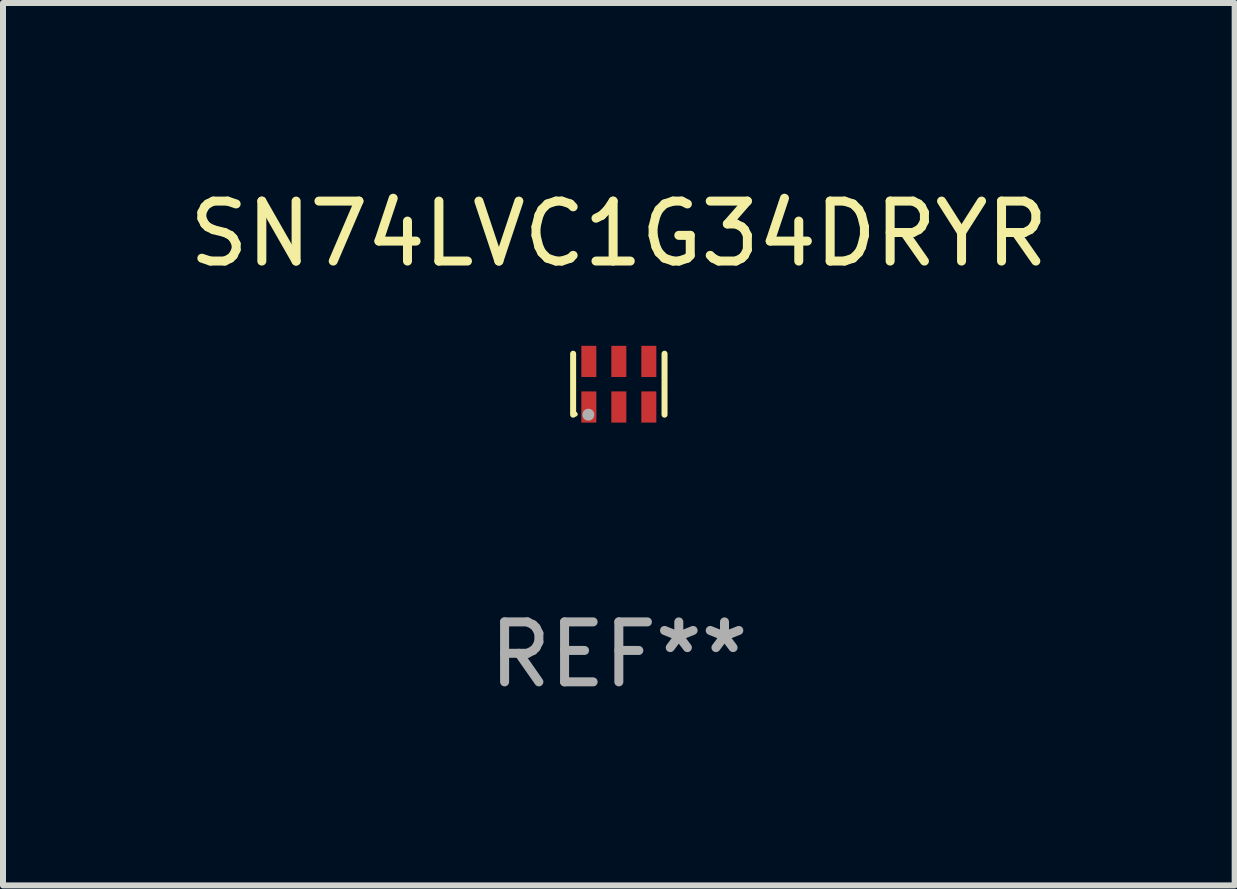
<source format=kicad_pcb>
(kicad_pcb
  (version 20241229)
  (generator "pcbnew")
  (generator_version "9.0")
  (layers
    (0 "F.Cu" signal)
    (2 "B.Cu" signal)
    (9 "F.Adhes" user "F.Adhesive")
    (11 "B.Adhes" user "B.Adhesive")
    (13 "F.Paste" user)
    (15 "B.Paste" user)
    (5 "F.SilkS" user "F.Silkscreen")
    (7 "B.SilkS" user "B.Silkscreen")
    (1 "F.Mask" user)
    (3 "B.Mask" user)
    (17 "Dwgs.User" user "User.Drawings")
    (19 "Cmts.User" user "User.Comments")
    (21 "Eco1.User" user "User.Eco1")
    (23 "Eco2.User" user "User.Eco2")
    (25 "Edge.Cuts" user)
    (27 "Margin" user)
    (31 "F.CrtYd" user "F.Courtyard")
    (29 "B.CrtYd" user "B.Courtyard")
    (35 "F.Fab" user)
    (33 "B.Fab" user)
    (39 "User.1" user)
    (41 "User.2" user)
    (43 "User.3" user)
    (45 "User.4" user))
  (footprint "SN74LVC1G34DRYR"
    (layer "F.Cu")
    (at 7.268 3.356)
    (property "Reference" "SN74LVC1G34DRYR" (at 0 -2.508 0) (layer "F.SilkS") (effects (font (size 1 1) (thickness 0.15))))
    (attr through_hole)
    (fp_line (start -0.762 -0.508) (end -0.762 0.508) (stroke (width 0.1) (type solid)) (layer "F.SilkS"))
    (fp_line (start 0.762 -0.508) (end 0.762 0.508) (stroke (width 0.1) (type solid)) (layer "F.SilkS"))
    (fp_circle (center -0.725 0.5) (end -0.705 0.5) (stroke (width 0.04) (type solid)) (fill no) (layer "F.SilkS"))
    (fp_circle (center -0.508 0.508) (end -0.458 0.508) (stroke (width 0.1) (type solid)) (fill no) (layer "F.Fab"))
    (fp_text user "REF**" (at 0 4.508 0) (layer "F.Fab") (effects (font (size 1 1) (thickness 0.15))))
    (pad "1" smd rect (at -0.5 0.38) (size 0.25 0.52) (layers "F.Cu" "F.Mask" "F.Paste"))
    (pad "2" smd rect (at -0.000127 0.38) (size 0.25 0.52) (layers "F.Cu" "F.Mask" "F.Paste"))
    (pad "3" smd rect (at 0.5 0.38) (size 0.25 0.52) (layers "F.Cu" "F.Mask" "F.Paste"))
    (pad "4" smd rect (at 0.5 -0.38 180) (size 0.25 0.52) (layers "F.Cu" "F.Mask" "F.Paste"))
    (pad "5" smd rect (at -0.000127 -0.38 180) (size 0.25 0.52) (layers "F.Cu" "F.Mask" "F.Paste"))
    (pad "6" smd rect (at -0.5 -0.38 180) (size 0.25 0.52) (layers "F.Cu" "F.Mask" "F.Paste")))
  (gr_rect
    (start -3 -3)
    (end 17.536 11.713)
    (stroke (width 0.1) (type default))
    (fill no)
    (layer "Edge.Cuts")))
</source>
